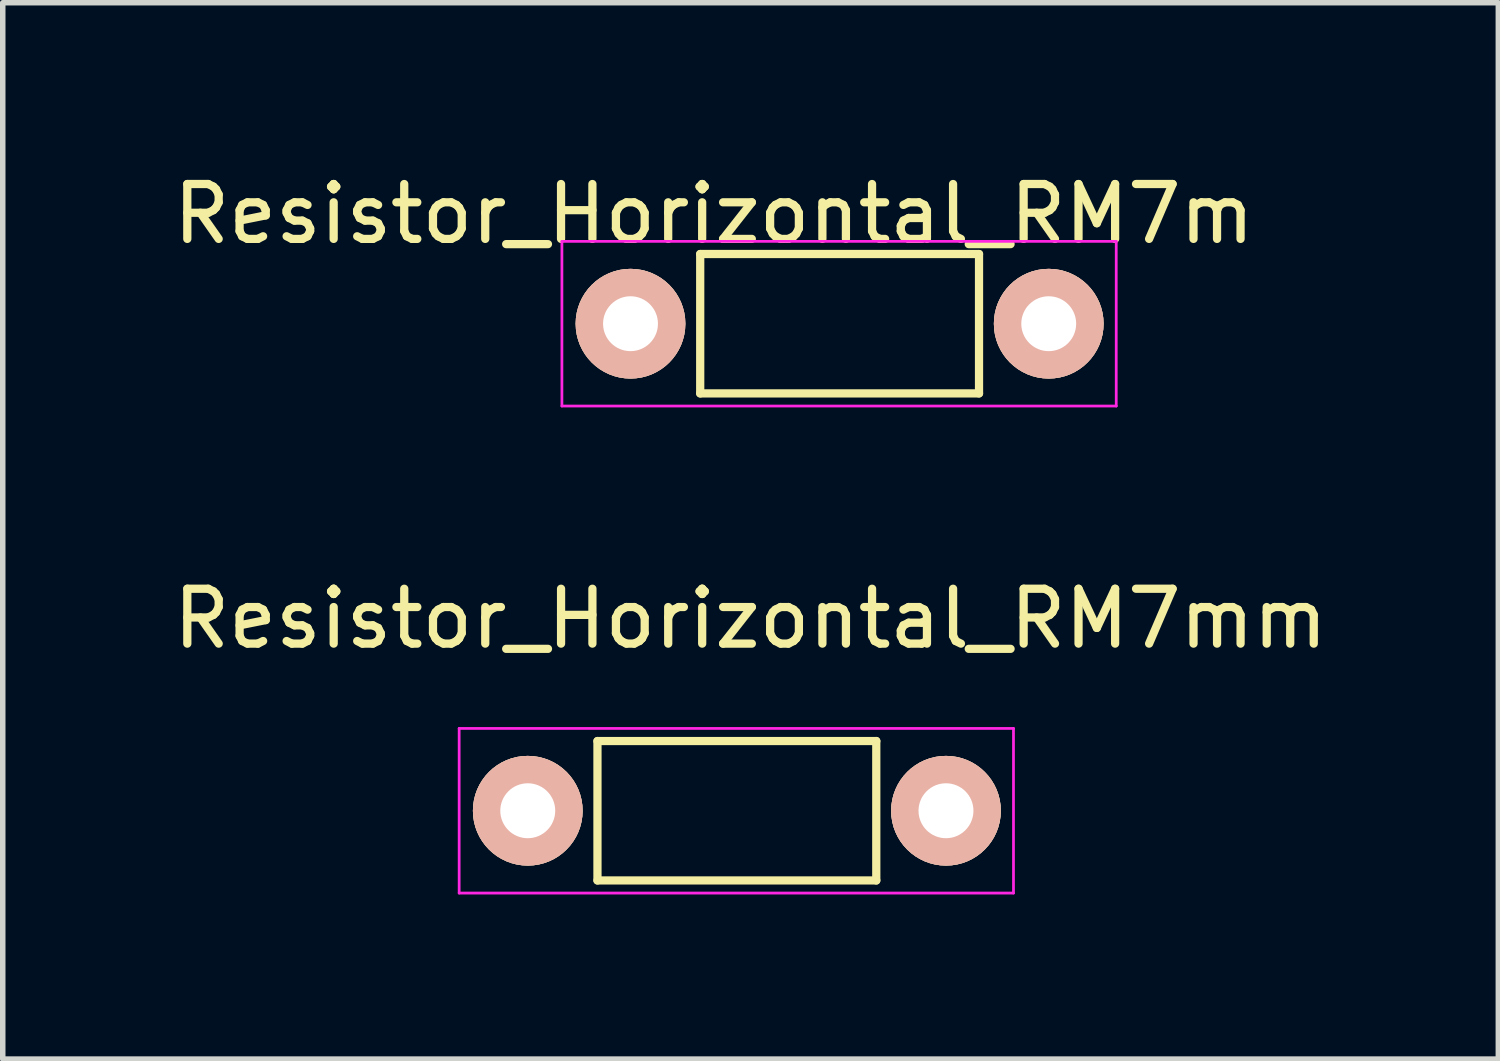
<source format=kicad_pcb>
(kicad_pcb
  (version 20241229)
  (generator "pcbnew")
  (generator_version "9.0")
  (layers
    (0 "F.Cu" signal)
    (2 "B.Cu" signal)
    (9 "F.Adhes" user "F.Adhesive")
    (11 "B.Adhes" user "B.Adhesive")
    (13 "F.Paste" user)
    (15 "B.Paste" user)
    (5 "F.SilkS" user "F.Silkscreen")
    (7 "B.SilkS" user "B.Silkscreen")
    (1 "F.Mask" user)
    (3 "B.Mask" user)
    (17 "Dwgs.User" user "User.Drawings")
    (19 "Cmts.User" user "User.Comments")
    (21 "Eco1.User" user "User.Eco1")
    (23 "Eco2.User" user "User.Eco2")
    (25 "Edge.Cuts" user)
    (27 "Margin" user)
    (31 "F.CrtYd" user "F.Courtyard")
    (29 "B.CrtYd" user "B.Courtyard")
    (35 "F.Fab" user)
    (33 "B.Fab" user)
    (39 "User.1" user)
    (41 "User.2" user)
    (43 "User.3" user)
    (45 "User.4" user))
  (footprint "Resistor_Horizontal_RM7m"
    (layer "F.Cu")
    (at 8.438 2.848)
    (property "Reference" "Resistor_Horizontal_RM7m" (at 1.52 -2 0) (layer "F.SilkS") (effects (font (size 1 1) (thickness 0.15))))
    (attr through_hole)
    (fp_line (start 1.27 -1.27) (end 6.35 -1.27) (stroke (width 0.15) (type solid)) (layer "F.SilkS"))
    (fp_line (start 1.27 1.27) (end 1.27 -1.27) (stroke (width 0.15) (type solid)) (layer "F.SilkS"))
    (fp_line (start 6.35 -1.27) (end 6.35 1.27) (stroke (width 0.15) (type solid)) (layer "F.SilkS"))
    (fp_line (start 6.35 1.27) (end 1.27 1.27) (stroke (width 0.15) (type solid)) (layer "F.SilkS"))
    (fp_line (start -1.25 -1.5) (end 8.85 -1.5) (stroke (width 0.05) (type solid)) (layer "F.CrtYd"))
    (fp_line (start -1.25 1.5) (end -1.25 -1.5) (stroke (width 0.05) (type solid)) (layer "F.CrtYd"))
    (fp_line (start -1.25 1.5) (end 8.85 1.5) (stroke (width 0.05) (type solid)) (layer "F.CrtYd"))
    (fp_line (start 8.85 -1.5) (end 8.85 1.5) (stroke (width 0.05) (type solid)) (layer "F.CrtYd"))
    (pad "1" thru_hole circle (at 0 0) (size 1.999 1.999) (drill 1) (layers "*.Cu" "*.SilkS" "*.Mask"))
    (pad "2" thru_hole circle (at 7.62 0) (size 1.999 1.999) (drill 1) (layers "*.Cu" "*.SilkS" "*.Mask")))
  (footprint "Resistor_Horizontal_RM7mm"
    (layer "F.Cu")
    (at 6.566 11.722)
    (property "Reference" "Resistor_Horizontal_RM7mm" (at 4.059 -3.5 0) (layer "F.SilkS") (effects (font (size 1 1) (thickness 0.15))))
    (attr through_hole)
    (fp_line (start 1.27 -1.27) (end 6.35 -1.27) (stroke (width 0.15) (type solid)) (layer "F.SilkS"))
    (fp_line (start 1.27 1.27) (end 1.27 -1.27) (stroke (width 0.15) (type solid)) (layer "F.SilkS"))
    (fp_line (start 6.35 -1.27) (end 6.35 1.27) (stroke (width 0.15) (type solid)) (layer "F.SilkS"))
    (fp_line (start 6.35 1.27) (end 1.27 1.27) (stroke (width 0.15) (type solid)) (layer "F.SilkS"))
    (fp_line (start -1.25 -1.5) (end 8.85 -1.5) (stroke (width 0.05) (type solid)) (layer "F.CrtYd"))
    (fp_line (start -1.25 1.5) (end -1.25 -1.5) (stroke (width 0.05) (type solid)) (layer "F.CrtYd"))
    (fp_line (start -1.25 1.5) (end 8.85 1.5) (stroke (width 0.05) (type solid)) (layer "F.CrtYd"))
    (fp_line (start 8.85 -1.5) (end 8.85 1.5) (stroke (width 0.05) (type solid)) (layer "F.CrtYd"))
    (pad "1" thru_hole circle (at 0 0) (size 1.999 1.999) (drill 1.001) (layers "*.Cu" "*.SilkS" "*.Mask"))
    (pad "2" thru_hole circle (at 7.62 0) (size 1.999 1.999) (drill 1.001) (layers "*.Cu" "*.SilkS" "*.Mask")))
  (gr_rect
    (start -3 -3)
    (end 24.25 16.247)
    (stroke (width 0.1) (type default))
    (fill no)
    (layer "Edge.Cuts")))
</source>
